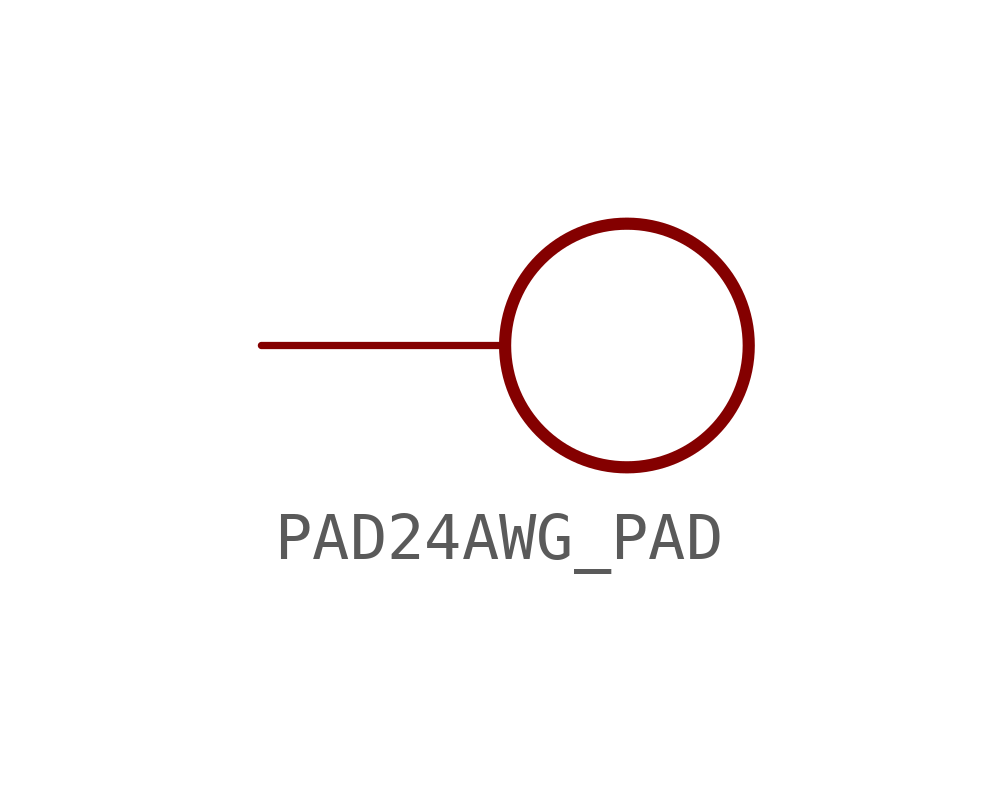
<source format=kicad_sym>
(kicad_symbol_lib
  (version 20220914)
  (generator kicad_symbol_editor)
  (symbol "PAD24AWG_PAD"
    (property "Reference" ""
      (at -7.62 5.08 0)
      (effects (font (size 1.676 1.425)) (justify left bottom) hide))
    (property "ki_locked" ""
      (at 0 0 0)
      (effects (font (size 1.27 1.27))))
    (symbol "PAD24AWG_PAD_1_0"
      (circle (center 0 0) (radius 2.54) (stroke (width 0.254) (type solid)) (fill (type none)))
      (pin bidirectional line (at -7.62 0 0) (length 5.08) (name "P$1" (effects (font (size 0 0)))) (number "P$1" (effects (font (size 0 0))))))))
</source>
